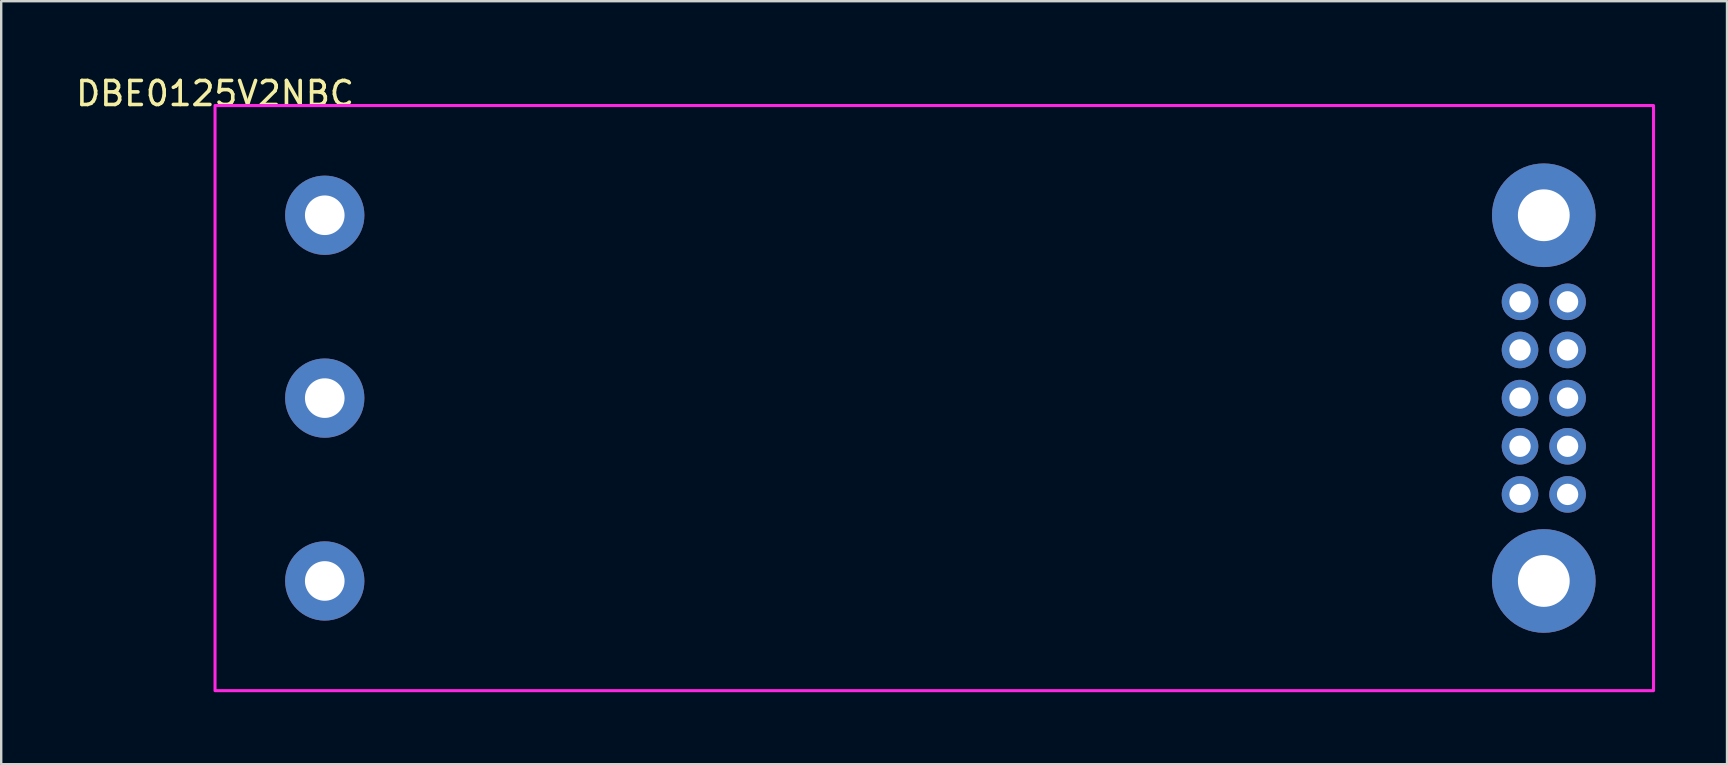
<source format=kicad_pcb>
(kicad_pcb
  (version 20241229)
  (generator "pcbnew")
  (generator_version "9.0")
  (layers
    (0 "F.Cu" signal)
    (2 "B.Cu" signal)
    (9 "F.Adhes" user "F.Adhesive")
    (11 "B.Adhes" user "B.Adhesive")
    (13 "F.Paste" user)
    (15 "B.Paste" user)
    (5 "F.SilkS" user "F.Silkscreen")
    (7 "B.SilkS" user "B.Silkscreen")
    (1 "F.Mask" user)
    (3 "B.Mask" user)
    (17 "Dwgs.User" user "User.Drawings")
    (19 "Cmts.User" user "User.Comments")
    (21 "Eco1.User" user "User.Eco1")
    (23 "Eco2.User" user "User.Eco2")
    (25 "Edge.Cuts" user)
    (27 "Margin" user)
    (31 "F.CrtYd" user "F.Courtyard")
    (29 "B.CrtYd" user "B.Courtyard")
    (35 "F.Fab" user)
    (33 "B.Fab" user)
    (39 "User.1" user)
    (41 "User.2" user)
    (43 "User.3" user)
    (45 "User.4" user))
  (footprint "DBE0125V2NBC"
    (layer "F.Cu")
    (at 5.911 1.348)
    (property "Reference" "DBE0125V2NBC" (at 0 -0.5 0) (unlocked yes) (layer "F.SilkS") (effects (font (size 1 1) (thickness 0.15))))
    (attr through_hole)
    (fp_rect (start 0 0) (end 59.944 24.384) (stroke (width 0.127) (type solid)) (fill no) (layer "F.CrtYd"))
    (pad "1" thru_hole circle (at 4.572 4.572) (size 3.302 3.302) (drill 1.651) (layers "*.Cu" "*.Mask"))
    (pad "2" thru_hole circle (at 4.572 12.192) (size 3.302 3.302) (drill 1.651) (layers "*.Cu" "*.Mask"))
    (pad "4" thru_hole circle (at 4.572 19.812) (size 3.302 3.302) (drill 1.651) (layers "*.Cu" "*.Mask"))
    (pad "5" thru_hole circle (at 55.372 19.812) (size 4.318 4.318) (drill 2.159) (layers "*.Cu" "*.Mask"))
    (pad "6" thru_hole circle (at 54.381 16.205) (size 1.524 1.524) (drill 0.889) (layers "*.Cu" "*.Mask"))
    (pad "7" thru_hole circle (at 56.363 16.205) (size 1.524 1.524) (drill 0.889) (layers "*.Cu" "*.Mask"))
    (pad "8" thru_hole circle (at 54.381 14.199) (size 1.524 1.524) (drill 0.889) (layers "*.Cu" "*.Mask"))
    (pad "9" thru_hole circle (at 56.363 14.199) (size 1.524 1.524) (drill 0.889) (layers "*.Cu" "*.Mask"))
    (pad "10" thru_hole circle (at 54.381 12.192) (size 1.524 1.524) (drill 0.889) (layers "*.Cu" "*.Mask"))
    (pad "11" thru_hole circle (at 56.363 12.192) (size 1.524 1.524) (drill 0.889) (layers "*.Cu" "*.Mask"))
    (pad "12" thru_hole circle (at 54.381 10.185) (size 1.524 1.524) (drill 0.889) (layers "*.Cu" "*.Mask"))
    (pad "13" thru_hole circle (at 56.363 10.185) (size 1.524 1.524) (drill 0.889) (layers "*.Cu" "*.Mask"))
    (pad "14" thru_hole circle (at 54.381 8.179) (size 1.524 1.524) (drill 0.889) (layers "*.Cu" "*.Mask"))
    (pad "15" thru_hole circle (at 56.363 8.179) (size 1.524 1.524) (drill 0.889) (layers "*.Cu" "*.Mask"))
    (pad "16" thru_hole circle (at 55.372 4.572) (size 4.318 4.318) (drill 2.159) (layers "*.Cu" "*.Mask")))
  (gr_rect
    (start -3 -3)
    (end 68.918 28.796)
    (stroke (width 0.1) (type default))
    (fill no)
    (layer "Edge.Cuts")))
</source>
